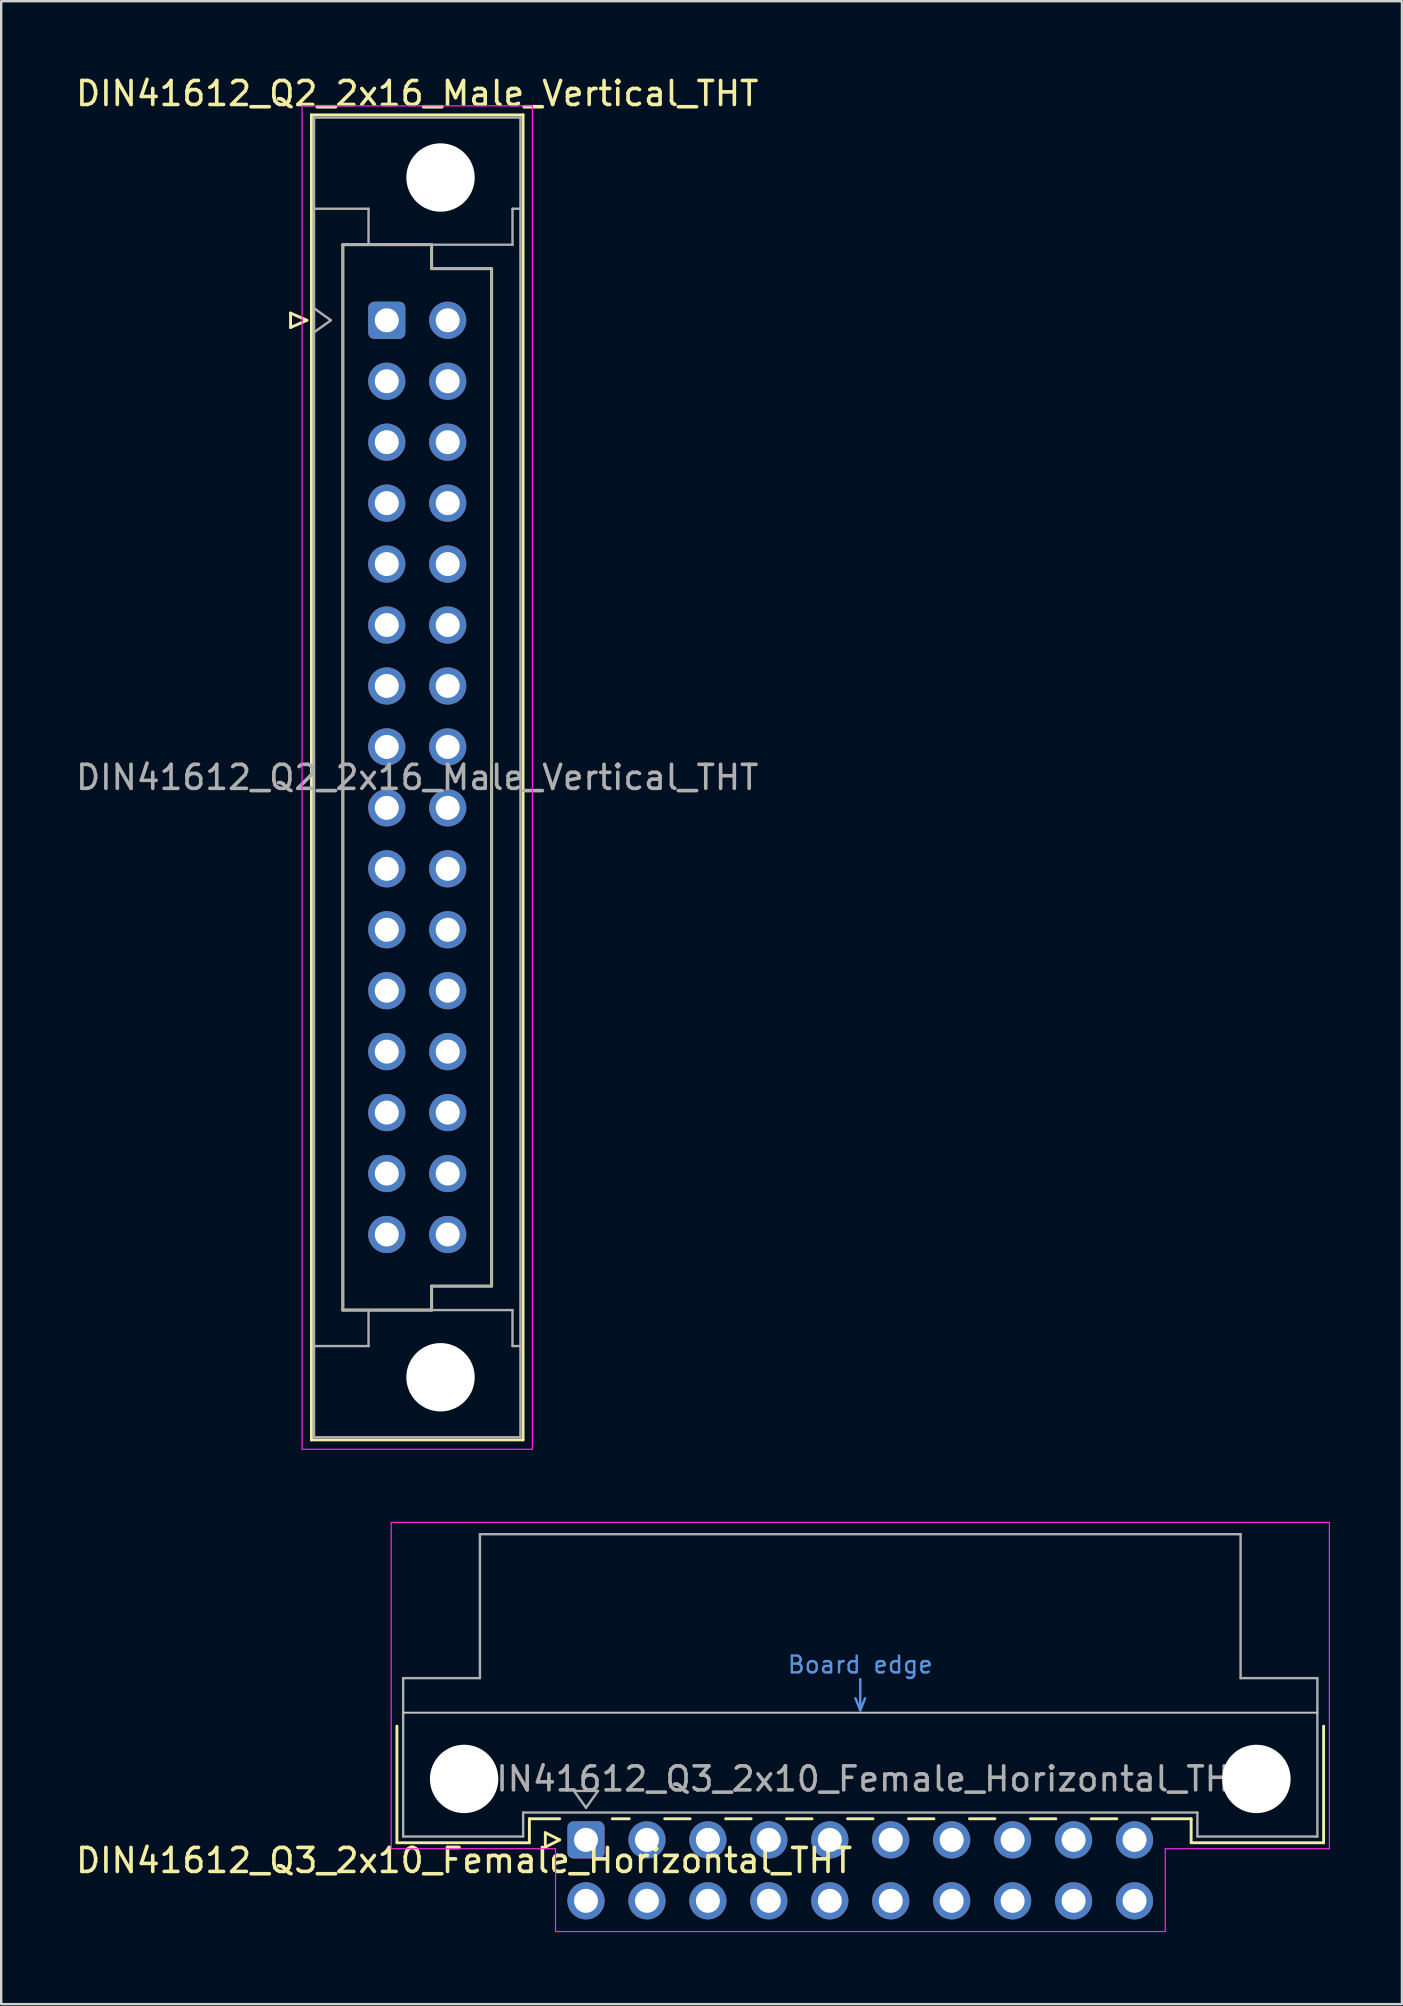
<source format=kicad_pcb>
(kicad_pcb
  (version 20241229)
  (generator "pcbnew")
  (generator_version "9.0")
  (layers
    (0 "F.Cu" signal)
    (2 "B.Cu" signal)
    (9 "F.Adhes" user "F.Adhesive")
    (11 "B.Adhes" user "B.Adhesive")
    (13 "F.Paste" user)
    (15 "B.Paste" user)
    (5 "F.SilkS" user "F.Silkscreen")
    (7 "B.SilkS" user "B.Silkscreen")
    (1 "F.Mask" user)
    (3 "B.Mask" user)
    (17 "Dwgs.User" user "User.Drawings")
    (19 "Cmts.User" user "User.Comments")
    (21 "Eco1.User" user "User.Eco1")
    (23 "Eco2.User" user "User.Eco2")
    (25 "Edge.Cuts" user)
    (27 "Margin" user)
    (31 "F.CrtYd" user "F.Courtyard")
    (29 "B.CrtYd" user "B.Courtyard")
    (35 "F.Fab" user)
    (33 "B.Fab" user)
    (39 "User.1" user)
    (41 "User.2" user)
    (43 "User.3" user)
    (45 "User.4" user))
  (footprint "DIN41612_Q2_2x16_Male_Vertical_THT"
    (layer "F.Cu")
    (at 13.069 10.298)
    (property "Reference" "DIN41612_Q2_2x16_Male_Vertical_THT" (at 1.27 -9.45 0) (layer "F.SilkS") (effects (font (size 1 1) (thickness 0.15))))
    (attr through_hole)
    (fp_line (start -4.01 -0.3) (end -4.01 0.3) (stroke (width 0.12) (type solid)) (layer "F.SilkS"))
    (fp_line (start -4.01 0.3) (end -3.33 0) (stroke (width 0.12) (type solid)) (layer "F.SilkS"))
    (fp_line (start -3.33 0) (end -4.01 -0.3) (stroke (width 0.12) (type solid)) (layer "F.SilkS"))
    (fp_line (start -3.14 -8.56) (end 5.68 -8.56) (stroke (width 0.12) (type solid)) (layer "F.SilkS"))
    (fp_line (start -3.14 46.66) (end -3.14 -8.56) (stroke (width 0.12) (type solid)) (layer "F.SilkS"))
    (fp_line (start -1.83 -3.15) (end 1.87 -3.15) (stroke (width 0.12) (type solid)) (layer "F.SilkS"))
    (fp_line (start -1.83 41.25) (end -1.83 -3.15) (stroke (width 0.12) (type solid)) (layer "F.SilkS"))
    (fp_line (start 1.87 -3.15) (end 1.87 -2.15) (stroke (width 0.12) (type solid)) (layer "F.SilkS"))
    (fp_line (start 1.87 -2.15) (end 4.37 -2.15) (stroke (width 0.12) (type solid)) (layer "F.SilkS"))
    (fp_line (start 1.87 40.25) (end 1.87 41.25) (stroke (width 0.12) (type solid)) (layer "F.SilkS"))
    (fp_line (start 1.87 41.25) (end -1.83 41.25) (stroke (width 0.12) (type solid)) (layer "F.SilkS"))
    (fp_line (start 4.37 -2.15) (end 4.37 40.25) (stroke (width 0.12) (type solid)) (layer "F.SilkS"))
    (fp_line (start 4.37 40.25) (end 1.87 40.25) (stroke (width 0.12) (type solid)) (layer "F.SilkS"))
    (fp_line (start 5.68 -8.56) (end 5.68 46.66) (stroke (width 0.12) (type solid)) (layer "F.SilkS"))
    (fp_line (start 5.68 46.66) (end -3.14 46.66) (stroke (width 0.12) (type solid)) (layer "F.SilkS"))
    (fp_line (start -3.53 -8.94) (end 6.07 -8.94) (stroke (width 0.05) (type solid)) (layer "F.CrtYd"))
    (fp_line (start -3.53 47.05) (end -3.53 -8.94) (stroke (width 0.05) (type solid)) (layer "F.CrtYd"))
    (fp_line (start 6.07 -8.94) (end 6.07 47.05) (stroke (width 0.05) (type solid)) (layer "F.CrtYd"))
    (fp_line (start 6.07 47.05) (end -3.53 47.05) (stroke (width 0.05) (type solid)) (layer "F.CrtYd"))
    (fp_line (start -3.03 -8.45) (end 5.57 -8.45) (stroke (width 0.1) (type solid)) (layer "F.Fab"))
    (fp_line (start -3.03 -4.65) (end -0.76 -4.65) (stroke (width 0.1) (type solid)) (layer "F.Fab"))
    (fp_line (start -3.03 -0.5) (end -2.33 0) (stroke (width 0.1) (type solid)) (layer "F.Fab"))
    (fp_line (start -3.03 42.75) (end -0.76 42.75) (stroke (width 0.1) (type solid)) (layer "F.Fab"))
    (fp_line (start -3.03 46.55) (end -3.03 -8.45) (stroke (width 0.1) (type solid)) (layer "F.Fab"))
    (fp_line (start -2.33 0) (end -3.03 0.5) (stroke (width 0.1) (type solid)) (layer "F.Fab"))
    (fp_line (start -1.83 -3.15) (end 1.87 -3.15) (stroke (width 0.1) (type solid)) (layer "F.Fab"))
    (fp_line (start -1.83 41.25) (end -1.83 -3.15) (stroke (width 0.1) (type solid)) (layer "F.Fab"))
    (fp_line (start -0.76 -4.65) (end -0.76 -3.15) (stroke (width 0.1) (type solid)) (layer "F.Fab"))
    (fp_line (start -0.76 42.75) (end -0.76 41.25) (stroke (width 0.1) (type solid)) (layer "F.Fab"))
    (fp_line (start 1.87 -3.15) (end 1.87 -2.15) (stroke (width 0.1) (type solid)) (layer "F.Fab"))
    (fp_line (start 1.87 -3.15) (end 5.24 -3.15) (stroke (width 0.1) (type solid)) (layer "F.Fab"))
    (fp_line (start 1.87 -2.15) (end 4.37 -2.15) (stroke (width 0.1) (type solid)) (layer "F.Fab"))
    (fp_line (start 1.87 40.25) (end 1.87 41.25) (stroke (width 0.1) (type solid)) (layer "F.Fab"))
    (fp_line (start 1.87 41.25) (end -1.83 41.25) (stroke (width 0.1) (type solid)) (layer "F.Fab"))
    (fp_line (start 1.87 41.25) (end 5.24 41.25) (stroke (width 0.1) (type solid)) (layer "F.Fab"))
    (fp_line (start 4.37 -2.15) (end 4.37 40.25) (stroke (width 0.1) (type solid)) (layer "F.Fab"))
    (fp_line (start 4.37 40.25) (end 1.87 40.25) (stroke (width 0.1) (type solid)) (layer "F.Fab"))
    (fp_line (start 5.24 -4.65) (end 5.57 -4.65) (stroke (width 0.1) (type solid)) (layer "F.Fab"))
    (fp_line (start 5.24 -3.15) (end 5.24 -4.65) (stroke (width 0.1) (type solid)) (layer "F.Fab"))
    (fp_line (start 5.24 41.25) (end 5.24 42.75) (stroke (width 0.1) (type solid)) (layer "F.Fab"))
    (fp_line (start 5.24 42.75) (end 5.57 42.75) (stroke (width 0.1) (type solid)) (layer "F.Fab"))
    (fp_line (start 5.57 -8.45) (end 5.57 46.55) (stroke (width 0.1) (type solid)) (layer "F.Fab"))
    (fp_line (start 5.57 46.55) (end -3.03 46.55) (stroke (width 0.1) (type solid)) (layer "F.Fab"))
    (fp_text user "${REFERENCE}" (at 1.27 19.05 0) (layer "F.Fab") (effects (font (size 1 1) (thickness 0.15))))
    (pad "" np_thru_hole circle (at 2.24 -5.95) (size 2.85 2.85) (drill 2.85) (layers "*.Cu" "*.Mask"))
    (pad "" np_thru_hole circle (at 2.24 44.05) (size 2.85 2.85) (drill 2.85) (layers "*.Cu" "*.Mask"))
    (pad "a1" thru_hole roundrect (at 0 0) (size 1.55 1.55) (drill 1) (layers "*.Cu" "*.Mask") (roundrect_rratio 0.161))
    (pad "a2" thru_hole circle (at 0 2.54) (size 1.55 1.55) (drill 1) (layers "*.Cu" "*.Mask"))
    (pad "a3" thru_hole circle (at 0 5.08) (size 1.55 1.55) (drill 1) (layers "*.Cu" "*.Mask"))
    (pad "a4" thru_hole circle (at 0 7.62) (size 1.55 1.55) (drill 1) (layers "*.Cu" "*.Mask"))
    (pad "a5" thru_hole circle (at 0 10.16) (size 1.55 1.55) (drill 1) (layers "*.Cu" "*.Mask"))
    (pad "a6" thru_hole circle (at 0 12.7) (size 1.55 1.55) (drill 1) (layers "*.Cu" "*.Mask"))
    (pad "a7" thru_hole circle (at 0 15.24) (size 1.55 1.55) (drill 1) (layers "*.Cu" "*.Mask"))
    (pad "a8" thru_hole circle (at 0 17.78) (size 1.55 1.55) (drill 1) (layers "*.Cu" "*.Mask"))
    (pad "a9" thru_hole circle (at 0 20.32) (size 1.55 1.55) (drill 1) (layers "*.Cu" "*.Mask"))
    (pad "a10" thru_hole circle (at 0 22.86) (size 1.55 1.55) (drill 1) (layers "*.Cu" "*.Mask"))
    (pad "a11" thru_hole circle (at 0 25.4) (size 1.55 1.55) (drill 1) (layers "*.Cu" "*.Mask"))
    (pad "a12" thru_hole circle (at 0 27.94) (size 1.55 1.55) (drill 1) (layers "*.Cu" "*.Mask"))
    (pad "a13" thru_hole circle (at 0 30.48) (size 1.55 1.55) (drill 1) (layers "*.Cu" "*.Mask"))
    (pad "a14" thru_hole circle (at 0 33.02) (size 1.55 1.55) (drill 1) (layers "*.Cu" "*.Mask"))
    (pad "a15" thru_hole circle (at 0 35.56) (size 1.55 1.55) (drill 1) (layers "*.Cu" "*.Mask"))
    (pad "a16" thru_hole circle (at 0 38.1) (size 1.55 1.55) (drill 1) (layers "*.Cu" "*.Mask"))
    (pad "b1" thru_hole circle (at 2.54 0) (size 1.55 1.55) (drill 1) (layers "*.Cu" "*.Mask"))
    (pad "b2" thru_hole circle (at 2.54 2.54) (size 1.55 1.55) (drill 1) (layers "*.Cu" "*.Mask"))
    (pad "b3" thru_hole circle (at 2.54 5.08) (size 1.55 1.55) (drill 1) (layers "*.Cu" "*.Mask"))
    (pad "b4" thru_hole circle (at 2.54 7.62) (size 1.55 1.55) (drill 1) (layers "*.Cu" "*.Mask"))
    (pad "b5" thru_hole circle (at 2.54 10.16) (size 1.55 1.55) (drill 1) (layers "*.Cu" "*.Mask"))
    (pad "b6" thru_hole circle (at 2.54 12.7) (size 1.55 1.55) (drill 1) (layers "*.Cu" "*.Mask"))
    (pad "b7" thru_hole circle (at 2.54 15.24) (size 1.55 1.55) (drill 1) (layers "*.Cu" "*.Mask"))
    (pad "b8" thru_hole circle (at 2.54 17.78) (size 1.55 1.55) (drill 1) (layers "*.Cu" "*.Mask"))
    (pad "b9" thru_hole circle (at 2.54 20.32) (size 1.55 1.55) (drill 1) (layers "*.Cu" "*.Mask"))
    (pad "b10" thru_hole circle (at 2.54 22.86) (size 1.55 1.55) (drill 1) (layers "*.Cu" "*.Mask"))
    (pad "b11" thru_hole circle (at 2.54 25.4) (size 1.55 1.55) (drill 1) (layers "*.Cu" "*.Mask"))
    (pad "b12" thru_hole circle (at 2.54 27.94) (size 1.55 1.55) (drill 1) (layers "*.Cu" "*.Mask"))
    (pad "b13" thru_hole circle (at 2.54 30.48) (size 1.55 1.55) (drill 1) (layers "*.Cu" "*.Mask"))
    (pad "b14" thru_hole circle (at 2.54 33.02) (size 1.55 1.55) (drill 1) (layers "*.Cu" "*.Mask"))
    (pad "b15" thru_hole circle (at 2.54 35.56) (size 1.55 1.55) (drill 1) (layers "*.Cu" "*.Mask"))
    (pad "b16" thru_hole circle (at 2.54 38.1) (size 1.55 1.55) (drill 1) (layers "*.Cu" "*.Mask")))
  (footprint "DIN41612_Q3_2x10_Female_Horizontal_THT"
    (layer "F.Cu")
    (at 21.372 73.628)
    (property "Reference" "DIN41612_Q3_2x10_Female_Horizontal_THT" (at -5.08 0.86 0) (layer "F.SilkS") (effects (font (size 1 1) (thickness 0.15))))
    (attr through_hole)
    (fp_line (start -7.88 -4.74) (end -7.88 0.12) (stroke (width 0.12) (type solid)) (layer "F.SilkS"))
    (fp_line (start -7.88 0.12) (end -2.36 0.12) (stroke (width 0.12) (type solid)) (layer "F.SilkS"))
    (fp_line (start -2.361 -0.88) (end -1.095 -0.88) (stroke (width 0.12) (type solid)) (layer "F.SilkS"))
    (fp_line (start -2.36 0.12) (end -2.36 -0.88) (stroke (width 0.12) (type solid)) (layer "F.SilkS"))
    (fp_line (start -1.695 -0.3) (end -1.695 0.3) (stroke (width 0.12) (type solid)) (layer "F.SilkS"))
    (fp_line (start -1.695 0.3) (end -1.095 0) (stroke (width 0.12) (type solid)) (layer "F.SilkS"))
    (fp_line (start -1.095 0) (end -1.695 -0.3) (stroke (width 0.12) (type solid)) (layer "F.SilkS"))
    (fp_line (start 1.095 -0.88) (end 1.801 -0.88) (stroke (width 0.12) (type solid)) (layer "F.SilkS"))
    (fp_line (start 3.28 -0.88) (end 4.341 -0.88) (stroke (width 0.12) (type solid)) (layer "F.SilkS"))
    (fp_line (start 5.82 -0.88) (end 6.881 -0.88) (stroke (width 0.12) (type solid)) (layer "F.SilkS"))
    (fp_line (start 8.36 -0.88) (end 9.421 -0.88) (stroke (width 0.12) (type solid)) (layer "F.SilkS"))
    (fp_line (start 10.9 -0.88) (end 11.961 -0.88) (stroke (width 0.12) (type solid)) (layer "F.SilkS"))
    (fp_line (start 13.44 -0.88) (end 14.501 -0.88) (stroke (width 0.12) (type solid)) (layer "F.SilkS"))
    (fp_line (start 15.98 -0.88) (end 17.041 -0.88) (stroke (width 0.12) (type solid)) (layer "F.SilkS"))
    (fp_line (start 18.52 -0.88) (end 19.581 -0.88) (stroke (width 0.12) (type solid)) (layer "F.SilkS"))
    (fp_line (start 21.06 -0.88) (end 22.121 -0.88) (stroke (width 0.12) (type solid)) (layer "F.SilkS"))
    (fp_line (start 23.6 -0.88) (end 25.22 -0.88) (stroke (width 0.12) (type solid)) (layer "F.SilkS"))
    (fp_line (start 25.22 0.12) (end 25.22 -0.88) (stroke (width 0.12) (type solid)) (layer "F.SilkS"))
    (fp_line (start 30.74 -4.74) (end 30.74 0.12) (stroke (width 0.12) (type solid)) (layer "F.SilkS"))
    (fp_line (start 30.74 0.12) (end 25.22 0.12) (stroke (width 0.12) (type solid)) (layer "F.SilkS"))
    (fp_line (start -7.62 -5.3) (end 30.48 -5.3) (stroke (width 0.08) (type solid)) (layer "Dwgs.User"))
    (fp_line (start 11.23 -5.9) (end 11.43 -5.4) (stroke (width 0.1) (type solid)) (layer "Cmts.User"))
    (fp_line (start 11.43 -5.4) (end 11.43 -6.7) (stroke (width 0.1) (type solid)) (layer "Cmts.User"))
    (fp_line (start 11.43 -5.4) (end 11.63 -5.9) (stroke (width 0.1) (type solid)) (layer "Cmts.User"))
    (fp_line (start -8.12 -13.23) (end -8.12 0.37) (stroke (width 0.05) (type solid)) (layer "F.CrtYd"))
    (fp_line (start -8.12 0.37) (end -1.27 0.37) (stroke (width 0.05) (type solid)) (layer "F.CrtYd"))
    (fp_line (start -1.27 0.37) (end -1.27 3.82) (stroke (width 0.05) (type solid)) (layer "F.CrtYd"))
    (fp_line (start -1.27 3.82) (end 24.14 3.82) (stroke (width 0.05) (type solid)) (layer "F.CrtYd"))
    (fp_line (start 24.14 0.37) (end 30.98 0.37) (stroke (width 0.05) (type solid)) (layer "F.CrtYd"))
    (fp_line (start 24.14 3.82) (end 24.14 0.37) (stroke (width 0.05) (type solid)) (layer "F.CrtYd"))
    (fp_line (start 30.98 -13.23) (end -8.12 -13.23) (stroke (width 0.05) (type solid)) (layer "F.CrtYd"))
    (fp_line (start 30.98 0.37) (end 30.98 -13.23) (stroke (width 0.05) (type solid)) (layer "F.CrtYd"))
    (fp_line (start -7.62 -6.74) (end -7.62 -0.14) (stroke (width 0.1) (type solid)) (layer "F.Fab"))
    (fp_line (start -7.62 -0.14) (end -2.62 -0.14) (stroke (width 0.1) (type solid)) (layer "F.Fab"))
    (fp_line (start -4.42 -12.74) (end -4.42 -6.74) (stroke (width 0.1) (type solid)) (layer "F.Fab"))
    (fp_line (start -4.42 -6.74) (end -7.62 -6.74) (stroke (width 0.1) (type solid)) (layer "F.Fab"))
    (fp_line (start -2.62 -1.14) (end 25.48 -1.14) (stroke (width 0.1) (type solid)) (layer "F.Fab"))
    (fp_line (start -2.62 -0.14) (end -2.62 -1.14) (stroke (width 0.1) (type solid)) (layer "F.Fab"))
    (fp_line (start -0.5 -2.04) (end 0.5 -2.04) (stroke (width 0.1) (type solid)) (layer "F.Fab"))
    (fp_line (start 0 -1.34) (end -0.5 -2.04) (stroke (width 0.1) (type solid)) (layer "F.Fab"))
    (fp_line (start 0.5 -2.04) (end 0 -1.34) (stroke (width 0.1) (type solid)) (layer "F.Fab"))
    (fp_line (start 25.48 -1.14) (end 25.48 -0.14) (stroke (width 0.1) (type solid)) (layer "F.Fab"))
    (fp_line (start 25.48 -0.14) (end 30.48 -0.14) (stroke (width 0.1) (type solid)) (layer "F.Fab"))
    (fp_line (start 27.28 -12.74) (end -4.42 -12.74) (stroke (width 0.1) (type solid)) (layer "F.Fab"))
    (fp_line (start 27.28 -6.74) (end 27.28 -12.74) (stroke (width 0.1) (type solid)) (layer "F.Fab"))
    (fp_line (start 30.48 -6.74) (end 27.28 -6.74) (stroke (width 0.1) (type solid)) (layer "F.Fab"))
    (fp_line (start 30.48 -0.14) (end 30.48 -6.74) (stroke (width 0.1) (type solid)) (layer "F.Fab"))
    (fp_text user "Board edge" (at 11.43 -7.3 0) (layer "Cmts.User") (effects (font (size 0.7 0.7) (thickness 0.1))))
    (fp_text user "${REFERENCE}" (at 11.43 -2.54 0) (layer "F.Fab") (effects (font (size 1 1) (thickness 0.15))))
    (pad "" np_thru_hole circle (at -5.08 -2.54) (size 2.85 2.85) (drill 2.85) (layers "*.Cu" "*.Mask"))
    (pad "" np_thru_hole circle (at 27.94 -2.54) (size 2.85 2.85) (drill 2.85) (layers "*.Cu" "*.Mask"))
    (pad "a1" thru_hole roundrect (at 0 0) (size 1.55 1.55) (drill 1) (layers "*.Cu" "*.Mask") (roundrect_rratio 0.161))
    (pad "a2" thru_hole circle (at 2.54 0) (size 1.55 1.55) (drill 1) (layers "*.Cu" "*.Mask"))
    (pad "a3" thru_hole circle (at 5.08 0) (size 1.55 1.55) (drill 1) (layers "*.Cu" "*.Mask"))
    (pad "a4" thru_hole circle (at 7.62 0) (size 1.55 1.55) (drill 1) (layers "*.Cu" "*.Mask"))
    (pad "a5" thru_hole circle (at 10.16 0) (size 1.55 1.55) (drill 1) (layers "*.Cu" "*.Mask"))
    (pad "a6" thru_hole circle (at 12.7 0) (size 1.55 1.55) (drill 1) (layers "*.Cu" "*.Mask"))
    (pad "a7" thru_hole circle (at 15.24 0) (size 1.55 1.55) (drill 1) (layers "*.Cu" "*.Mask"))
    (pad "a8" thru_hole circle (at 17.78 0) (size 1.55 1.55) (drill 1) (layers "*.Cu" "*.Mask"))
    (pad "a9" thru_hole circle (at 20.32 0) (size 1.55 1.55) (drill 1) (layers "*.Cu" "*.Mask"))
    (pad "a10" thru_hole circle (at 22.86 0) (size 1.55 1.55) (drill 1) (layers "*.Cu" "*.Mask"))
    (pad "b1" thru_hole circle (at 0 2.54) (size 1.55 1.55) (drill 1) (layers "*.Cu" "*.Mask"))
    (pad "b2" thru_hole circle (at 2.54 2.54) (size 1.55 1.55) (drill 1) (layers "*.Cu" "*.Mask"))
    (pad "b3" thru_hole circle (at 5.08 2.54) (size 1.55 1.55) (drill 1) (layers "*.Cu" "*.Mask"))
    (pad "b4" thru_hole circle (at 7.62 2.54) (size 1.55 1.55) (drill 1) (layers "*.Cu" "*.Mask"))
    (pad "b5" thru_hole circle (at 10.16 2.54) (size 1.55 1.55) (drill 1) (layers "*.Cu" "*.Mask"))
    (pad "b6" thru_hole circle (at 12.7 2.54) (size 1.55 1.55) (drill 1) (layers "*.Cu" "*.Mask"))
    (pad "b7" thru_hole circle (at 15.24 2.54) (size 1.55 1.55) (drill 1) (layers "*.Cu" "*.Mask"))
    (pad "b8" thru_hole circle (at 17.78 2.54) (size 1.55 1.55) (drill 1) (layers "*.Cu" "*.Mask"))
    (pad "b9" thru_hole circle (at 20.32 2.54) (size 1.55 1.55) (drill 1) (layers "*.Cu" "*.Mask"))
    (pad "b10" thru_hole circle (at 22.86 2.54) (size 1.55 1.55) (drill 1) (layers "*.Cu" "*.Mask")))
  (gr_rect
    (start -3 -3)
    (end 55.377 80.473)
    (stroke (width 0.1) (type default))
    (fill no)
    (layer "Edge.Cuts")))
</source>
